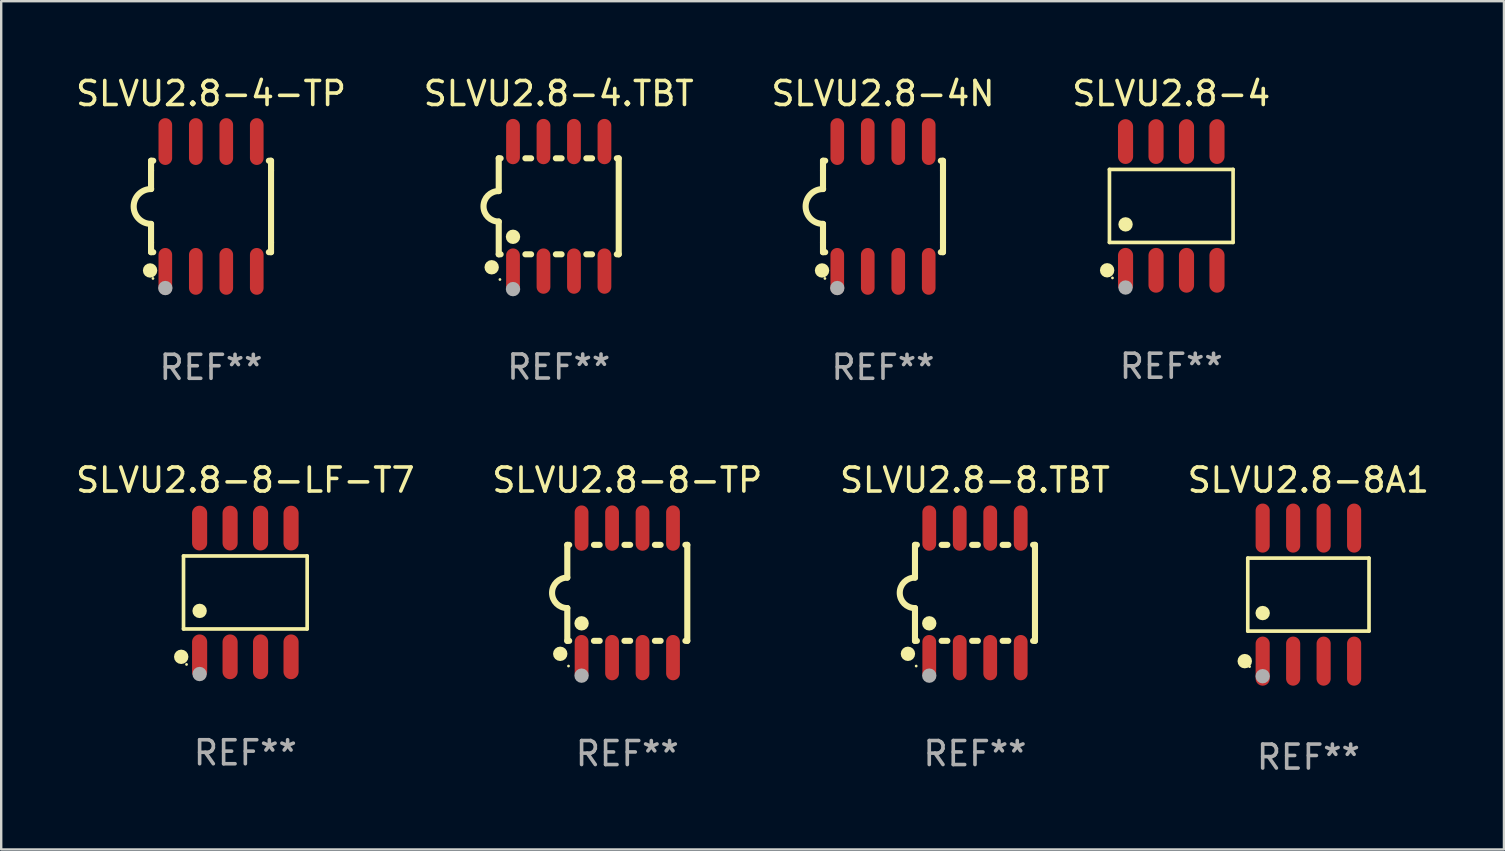
<source format=kicad_pcb>
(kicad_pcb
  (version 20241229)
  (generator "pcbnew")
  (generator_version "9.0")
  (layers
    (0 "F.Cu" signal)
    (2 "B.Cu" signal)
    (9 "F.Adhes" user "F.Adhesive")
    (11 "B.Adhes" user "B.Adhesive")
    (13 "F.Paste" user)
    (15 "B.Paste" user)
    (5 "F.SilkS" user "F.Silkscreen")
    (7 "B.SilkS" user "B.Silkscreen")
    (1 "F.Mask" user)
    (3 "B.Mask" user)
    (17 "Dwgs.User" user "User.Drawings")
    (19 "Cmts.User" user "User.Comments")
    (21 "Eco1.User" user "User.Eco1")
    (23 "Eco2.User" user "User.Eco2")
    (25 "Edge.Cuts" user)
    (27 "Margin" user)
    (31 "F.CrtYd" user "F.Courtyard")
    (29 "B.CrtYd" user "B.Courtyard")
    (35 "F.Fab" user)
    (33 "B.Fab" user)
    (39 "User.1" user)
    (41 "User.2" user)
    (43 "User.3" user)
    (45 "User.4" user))
  (footprint "SLVU2.8-8-LF-T7"
    (layer "F.Cu")
    (at 7.173 21.637)
    (property "Reference" "SLVU2.8-8-LF-T7" (at 0 -4.682 0) (layer "F.SilkS") (effects (font (size 1 1) (thickness 0.15))))
    (attr through_hole)
    (fp_line (start -2.576 -1.521) (end 2.576 -1.521) (stroke (width 0.152) (type solid)) (layer "F.SilkS"))
    (fp_line (start -2.576 1.521) (end -2.576 -1.521) (stroke (width 0.152) (type solid)) (layer "F.SilkS"))
    (fp_line (start 2.576 -1.521) (end 2.576 1.521) (stroke (width 0.152) (type solid)) (layer "F.SilkS"))
    (fp_line (start 2.576 1.521) (end -2.576 1.521) (stroke (width 0.152) (type solid)) (layer "F.SilkS"))
    (fp_circle (center -2.672 2.682) (end -2.522 2.682) (stroke (width 0.3) (type solid)) (fill no) (layer "F.SilkS"))
    (fp_circle (center -2.45 3) (end -2.42 3) (stroke (width 0.06) (type solid)) (fill no) (layer "F.SilkS"))
    (fp_circle (center -1.905 0.769) (end -1.755 0.769) (stroke (width 0.3) (type solid)) (fill no) (layer "F.SilkS"))
    (fp_circle (center -1.905 3.4) (end -1.755 3.4) (stroke (width 0.3) (type solid)) (fill no) (layer "F.Fab"))
    (fp_text user "REF**" (at 0 6.682 0) (layer "F.Fab") (effects (font (size 1 1) (thickness 0.15))))
    (pad "1" smd oval (at -1.905 2.682) (size 0.63 1.865) (layers "F.Cu" "F.Mask" "F.Paste"))
    (pad "2" smd oval (at -0.635 2.682) (size 0.63 1.865) (layers "F.Cu" "F.Mask" "F.Paste"))
    (pad "3" smd oval (at 0.635 2.682) (size 0.63 1.865) (layers "F.Cu" "F.Mask" "F.Paste"))
    (pad "4" smd oval (at 1.905 2.682) (size 0.63 1.865) (layers "F.Cu" "F.Mask" "F.Paste"))
    (pad "5" smd oval (at 1.905 -2.682) (size 0.63 1.865) (layers "F.Cu" "F.Mask" "F.Paste"))
    (pad "6" smd oval (at 0.635 -2.682) (size 0.63 1.865) (layers "F.Cu" "F.Mask" "F.Paste"))
    (pad "7" smd oval (at -0.635 -2.682) (size 0.63 1.865) (layers "F.Cu" "F.Mask" "F.Paste"))
    (pad "8" smd oval (at -1.905 -2.682) (size 0.63 1.865) (layers "F.Cu" "F.Mask" "F.Paste")))
  (footprint "SLVU2.8-4-TP"
    (layer "F.Cu")
    (at 5.744 5.553)
    (property "Reference" "SLVU2.8-4-TP" (at 0 -4.705 0) (layer "F.SilkS") (effects (font (size 1 1) (thickness 0.15))))
    (attr through_hole)
    (fp_line (start -2.5 -1.905) (end -2.409 -1.905) (stroke (width 0.254) (type solid)) (layer "F.SilkS"))
    (fp_line (start -2.5 -1.5) (end -2.5 -1.905) (stroke (width 0.254) (type solid)) (layer "F.SilkS"))
    (fp_line (start -2.5 -1.5) (end -2.5 -0.726) (stroke (width 0.254) (type solid)) (layer "F.SilkS"))
    (fp_line (start -2.5 1.5) (end -2.5 0.727) (stroke (width 0.254) (type solid)) (layer "F.SilkS"))
    (fp_line (start -2.5 1.5) (end -2.5 1.905) (stroke (width 0.254) (type solid)) (layer "F.SilkS"))
    (fp_line (start -2.5 1.905) (end -2.409 1.905) (stroke (width 0.254) (type solid)) (layer "F.SilkS"))
    (fp_line (start 2.5 -1.905) (end 2.409 -1.905) (stroke (width 0.254) (type solid)) (layer "F.SilkS"))
    (fp_line (start 2.5 -1.5) (end 2.5 -1.905) (stroke (width 0.254) (type solid)) (layer "F.SilkS"))
    (fp_line (start 2.5 -1.5) (end 2.5 1.5) (stroke (width 0.254) (type solid)) (layer "F.SilkS"))
    (fp_line (start 2.5 1.5) (end 2.5 1.905) (stroke (width 0.254) (type solid)) (layer "F.SilkS"))
    (fp_line (start 2.5 1.905) (end 2.409 1.905) (stroke (width 0.254) (type solid)) (layer "F.SilkS"))
    (fp_arc (start -2.5 0.726568) (mid -3.220316 -0.0023) (end -2.495097 -0.726289) (stroke (width 0.254001) (type solid)) (layer "F.SilkS"))
    (fp_circle (center -2.54 2.667) (end -2.39 2.667) (stroke (width 0.3) (type solid)) (fill no) (layer "F.SilkS"))
    (fp_circle (center -2.42 3) (end -2.39 3) (stroke (width 0.06) (type solid)) (fill no) (layer "F.SilkS"))
    (fp_circle (center -1.905 3.4) (end -1.755 3.4) (stroke (width 0.3) (type solid)) (fill no) (layer "F.Fab"))
    (fp_text user "REF**" (at 0 6.705 0) (layer "F.Fab") (effects (font (size 1 1) (thickness 0.15))))
    (pad "1" smd oval (at -1.905 2.705) (size 0.568 1.95) (layers "F.Cu" "F.Mask" "F.Paste"))
    (pad "2" smd oval (at -0.635 2.705) (size 0.568 1.95) (layers "F.Cu" "F.Mask" "F.Paste"))
    (pad "3" smd oval (at 0.635 2.705) (size 0.568 1.95) (layers "F.Cu" "F.Mask" "F.Paste"))
    (pad "4" smd oval (at 1.905 2.705) (size 0.568 1.95) (layers "F.Cu" "F.Mask" "F.Paste"))
    (pad "5" smd oval (at 1.905 -2.705) (size 0.568 1.95) (layers "F.Cu" "F.Mask" "F.Paste"))
    (pad "6" smd oval (at 0.635 -2.705) (size 0.568 1.95) (layers "F.Cu" "F.Mask" "F.Paste"))
    (pad "7" smd oval (at -0.635 -2.705) (size 0.568 1.95) (layers "F.Cu" "F.Mask" "F.Paste"))
    (pad "8" smd oval (at -1.905 -2.705) (size 0.568 1.95) (layers "F.Cu" "F.Mask" "F.Paste")))
  (footprint "SLVU2.8-8A1"
    (layer "F.Cu")
    (at 51.47 21.727)
    (property "Reference" "SLVU2.8-8A1" (at 0 -4.772 0) (layer "F.SilkS") (effects (font (size 1 1) (thickness 0.15))))
    (attr through_hole)
    (fp_line (start -2.526 -1.521) (end 2.526 -1.521) (stroke (width 0.152) (type solid)) (layer "F.SilkS"))
    (fp_line (start -2.526 1.521) (end -2.526 -1.521) (stroke (width 0.152) (type solid)) (layer "F.SilkS"))
    (fp_line (start 2.526 -1.521) (end 2.526 1.521) (stroke (width 0.152) (type solid)) (layer "F.SilkS"))
    (fp_line (start 2.526 1.521) (end -2.526 1.521) (stroke (width 0.152) (type solid)) (layer "F.SilkS"))
    (fp_circle (center -2.652 2.772) (end -2.501 2.772) (stroke (width 0.3) (type solid)) (fill no) (layer "F.SilkS"))
    (fp_circle (center -2.45 3) (end -2.42 3) (stroke (width 0.06) (type solid)) (fill no) (layer "F.SilkS"))
    (fp_circle (center -1.905 0.769) (end -1.755 0.769) (stroke (width 0.3) (type solid)) (fill no) (layer "F.SilkS"))
    (fp_circle (center -1.905 3.4) (end -1.755 3.4) (stroke (width 0.3) (type solid)) (fill no) (layer "F.Fab"))
    (fp_text user "REF**" (at 0 6.772 0) (layer "F.Fab") (effects (font (size 1 1) (thickness 0.15))))
    (pad "1" smd oval (at -1.905 2.772) (size 0.588 2.045) (layers "F.Cu" "F.Mask" "F.Paste"))
    (pad "2" smd oval (at -0.635 2.772) (size 0.588 2.045) (layers "F.Cu" "F.Mask" "F.Paste"))
    (pad "3" smd oval (at 0.635 2.772) (size 0.588 2.045) (layers "F.Cu" "F.Mask" "F.Paste"))
    (pad "4" smd oval (at 1.905 2.772) (size 0.588 2.045) (layers "F.Cu" "F.Mask" "F.Paste"))
    (pad "5" smd oval (at 1.905 -2.772) (size 0.588 2.045) (layers "F.Cu" "F.Mask" "F.Paste"))
    (pad "6" smd oval (at 0.635 -2.772) (size 0.588 2.045) (layers "F.Cu" "F.Mask" "F.Paste"))
    (pad "7" smd oval (at -0.635 -2.772) (size 0.588 2.045) (layers "F.Cu" "F.Mask" "F.Paste"))
    (pad "8" smd oval (at -1.905 -2.772) (size 0.588 2.045) (layers "F.Cu" "F.Mask" "F.Paste")))
  (footprint "SLVU2.8-4"
    (layer "F.Cu")
    (at 45.756 5.531)
    (property "Reference" "SLVU2.8-4" (at 0 -4.682 0) (layer "F.SilkS") (effects (font (size 1 1) (thickness 0.15))))
    (attr through_hole)
    (fp_line (start -2.576 -1.521) (end 2.576 -1.521) (stroke (width 0.152) (type solid)) (layer "F.SilkS"))
    (fp_line (start -2.576 1.521) (end -2.576 -1.521) (stroke (width 0.152) (type solid)) (layer "F.SilkS"))
    (fp_line (start 2.576 -1.521) (end 2.576 1.521) (stroke (width 0.152) (type solid)) (layer "F.SilkS"))
    (fp_line (start 2.576 1.521) (end -2.576 1.521) (stroke (width 0.152) (type solid)) (layer "F.SilkS"))
    (fp_circle (center -2.672 2.682) (end -2.522 2.682) (stroke (width 0.3) (type solid)) (fill no) (layer "F.SilkS"))
    (fp_circle (center -2.45 3) (end -2.42 3) (stroke (width 0.06) (type solid)) (fill no) (layer "F.SilkS"))
    (fp_circle (center -1.905 0.769) (end -1.755 0.769) (stroke (width 0.3) (type solid)) (fill no) (layer "F.SilkS"))
    (fp_circle (center -1.905 3.4) (end -1.755 3.4) (stroke (width 0.3) (type solid)) (fill no) (layer "F.Fab"))
    (fp_text user "REF**" (at 0 6.682 0) (layer "F.Fab") (effects (font (size 1 1) (thickness 0.15))))
    (pad "1" smd oval (at -1.905 2.682) (size 0.63 1.865) (layers "F.Cu" "F.Mask" "F.Paste"))
    (pad "2" smd oval (at -0.635 2.682) (size 0.63 1.865) (layers "F.Cu" "F.Mask" "F.Paste"))
    (pad "3" smd oval (at 0.635 2.682) (size 0.63 1.865) (layers "F.Cu" "F.Mask" "F.Paste"))
    (pad "4" smd oval (at 1.905 2.682) (size 0.63 1.865) (layers "F.Cu" "F.Mask" "F.Paste"))
    (pad "5" smd oval (at 1.905 -2.682) (size 0.63 1.865) (layers "F.Cu" "F.Mask" "F.Paste"))
    (pad "6" smd oval (at 0.635 -2.682) (size 0.63 1.865) (layers "F.Cu" "F.Mask" "F.Paste"))
    (pad "7" smd oval (at -0.635 -2.682) (size 0.63 1.865) (layers "F.Cu" "F.Mask" "F.Paste"))
    (pad "8" smd oval (at -1.905 -2.682) (size 0.63 1.865) (layers "F.Cu" "F.Mask" "F.Paste")))
  (footprint "SLVU2.8-4.TBT"
    (layer "F.Cu")
    (at 20.232 5.547)
    (property "Reference" "SLVU2.8-4.TBT" (at 0 -4.699 0) (layer "F.SilkS") (effects (font (size 1 1) (thickness 0.15))))
    (attr through_hole)
    (fp_line (start -2.5 -2) (end -2.5 -0.635) (stroke (width 0.254) (type solid)) (layer "F.SilkS"))
    (fp_line (start -2.5 -2) (end -2.421 -2) (stroke (width 0.254) (type solid)) (layer "F.SilkS"))
    (fp_line (start -2.5 2) (end -2.5 0.635) (stroke (width 0.254) (type solid)) (layer "F.SilkS"))
    (fp_line (start -2.5 2) (end -2.421 2) (stroke (width 0.254) (type solid)) (layer "F.SilkS"))
    (fp_line (start -1.389 -2) (end -1.151 -2) (stroke (width 0.254) (type solid)) (layer "F.SilkS"))
    (fp_line (start -1.389 2) (end -1.151 2) (stroke (width 0.254) (type solid)) (layer "F.SilkS"))
    (fp_line (start -0.119 -2) (end 0.119 -2) (stroke (width 0.254) (type solid)) (layer "F.SilkS"))
    (fp_line (start -0.119 2) (end 0.119 2) (stroke (width 0.254) (type solid)) (layer "F.SilkS"))
    (fp_line (start 1.151 -2) (end 1.389 -2) (stroke (width 0.254) (type solid)) (layer "F.SilkS"))
    (fp_line (start 1.151 2) (end 1.389 2) (stroke (width 0.254) (type solid)) (layer "F.SilkS"))
    (fp_line (start 2.421 -2) (end 2.5 -2) (stroke (width 0.254) (type solid)) (layer "F.SilkS"))
    (fp_line (start 2.421 2) (end 2.5 2) (stroke (width 0.254) (type solid)) (layer "F.SilkS"))
    (fp_line (start 2.5 -2) (end 2.5 2) (stroke (width 0.254) (type solid)) (layer "F.SilkS"))
    (fp_arc (start -2.5 0.635001) (mid -3.134366 -0.000318) (end -2.499365 -0.635001) (stroke (width 0.254001) (type solid)) (layer "F.SilkS"))
    (fp_circle (center -2.794 2.54) (end -2.644 2.54) (stroke (width 0.3) (type solid)) (fill no) (layer "F.SilkS"))
    (fp_circle (center -2.45 3.05) (end -2.42 3.05) (stroke (width 0.06) (type solid)) (fill no) (layer "F.SilkS"))
    (fp_circle (center -1.905 1.27) (end -1.755 1.27) (stroke (width 0.3) (type solid)) (fill no) (layer "F.SilkS"))
    (fp_circle (center -1.905 3.45) (end -1.755 3.45) (stroke (width 0.3) (type solid)) (fill no) (layer "F.Fab"))
    (fp_text user "REF**" (at 0 6.699 0) (layer "F.Fab") (effects (font (size 1 1) (thickness 0.15))))
    (pad "1" smd oval (at -1.905 2.699) (size 0.574 1.888) (layers "F.Cu" "F.Mask" "F.Paste"))
    (pad "2" smd oval (at -0.635 2.699) (size 0.574 1.888) (layers "F.Cu" "F.Mask" "F.Paste"))
    (pad "3" smd oval (at 0.635 2.699) (size 0.574 1.888) (layers "F.Cu" "F.Mask" "F.Paste"))
    (pad "4" smd oval (at 1.905 2.699) (size 0.574 1.888) (layers "F.Cu" "F.Mask" "F.Paste"))
    (pad "5" smd oval (at 1.905 -2.699) (size 0.574 1.888) (layers "F.Cu" "F.Mask" "F.Paste"))
    (pad "6" smd oval (at 0.635 -2.699) (size 0.574 1.888) (layers "F.Cu" "F.Mask" "F.Paste"))
    (pad "7" smd oval (at -0.635 -2.699) (size 0.574 1.888) (layers "F.Cu" "F.Mask" "F.Paste"))
    (pad "8" smd oval (at -1.905 -2.699) (size 0.574 1.888) (layers "F.Cu" "F.Mask" "F.Paste")))
  (footprint "SLVU2.8-8-TP"
    (layer "F.Cu")
    (at 23.089 21.654)
    (property "Reference" "SLVU2.8-8-TP" (at 0 -4.699 0) (layer "F.SilkS") (effects (font (size 1 1) (thickness 0.15))))
    (attr through_hole)
    (fp_line (start -2.5 -2) (end -2.5 -0.635) (stroke (width 0.254) (type solid)) (layer "F.SilkS"))
    (fp_line (start -2.5 -2) (end -2.421 -2) (stroke (width 0.254) (type solid)) (layer "F.SilkS"))
    (fp_line (start -2.5 2) (end -2.5 0.635) (stroke (width 0.254) (type solid)) (layer "F.SilkS"))
    (fp_line (start -2.5 2) (end -2.421 2) (stroke (width 0.254) (type solid)) (layer "F.SilkS"))
    (fp_line (start -1.389 -2) (end -1.151 -2) (stroke (width 0.254) (type solid)) (layer "F.SilkS"))
    (fp_line (start -1.389 2) (end -1.151 2) (stroke (width 0.254) (type solid)) (layer "F.SilkS"))
    (fp_line (start -0.119 -2) (end 0.119 -2) (stroke (width 0.254) (type solid)) (layer "F.SilkS"))
    (fp_line (start -0.119 2) (end 0.119 2) (stroke (width 0.254) (type solid)) (layer "F.SilkS"))
    (fp_line (start 1.151 -2) (end 1.389 -2) (stroke (width 0.254) (type solid)) (layer "F.SilkS"))
    (fp_line (start 1.151 2) (end 1.389 2) (stroke (width 0.254) (type solid)) (layer "F.SilkS"))
    (fp_line (start 2.421 -2) (end 2.5 -2) (stroke (width 0.254) (type solid)) (layer "F.SilkS"))
    (fp_line (start 2.421 2) (end 2.5 2) (stroke (width 0.254) (type solid)) (layer "F.SilkS"))
    (fp_line (start 2.5 -2) (end 2.5 2) (stroke (width 0.254) (type solid)) (layer "F.SilkS"))
    (fp_arc (start -2.5 0.635001) (mid -3.134366 -0.000318) (end -2.499365 -0.635001) (stroke (width 0.254001) (type solid)) (layer "F.SilkS"))
    (fp_circle (center -2.794 2.54) (end -2.644 2.54) (stroke (width 0.3) (type solid)) (fill no) (layer "F.SilkS"))
    (fp_circle (center -2.45 3.05) (end -2.42 3.05) (stroke (width 0.06) (type solid)) (fill no) (layer "F.SilkS"))
    (fp_circle (center -1.905 1.27) (end -1.755 1.27) (stroke (width 0.3) (type solid)) (fill no) (layer "F.SilkS"))
    (fp_circle (center -1.905 3.45) (end -1.755 3.45) (stroke (width 0.3) (type solid)) (fill no) (layer "F.Fab"))
    (fp_text user "REF**" (at 0 6.699 0) (layer "F.Fab") (effects (font (size 1 1) (thickness 0.15))))
    (pad "1" smd oval (at -1.905 2.699) (size 0.574 1.888) (layers "F.Cu" "F.Mask" "F.Paste"))
    (pad "2" smd oval (at -0.635 2.699) (size 0.574 1.888) (layers "F.Cu" "F.Mask" "F.Paste"))
    (pad "3" smd oval (at 0.635 2.699) (size 0.574 1.888) (layers "F.Cu" "F.Mask" "F.Paste"))
    (pad "4" smd oval (at 1.905 2.699) (size 0.574 1.888) (layers "F.Cu" "F.Mask" "F.Paste"))
    (pad "5" smd oval (at 1.905 -2.699) (size 0.574 1.888) (layers "F.Cu" "F.Mask" "F.Paste"))
    (pad "6" smd oval (at 0.635 -2.699) (size 0.574 1.888) (layers "F.Cu" "F.Mask" "F.Paste"))
    (pad "7" smd oval (at -0.635 -2.699) (size 0.574 1.888) (layers "F.Cu" "F.Mask" "F.Paste"))
    (pad "8" smd oval (at -1.905 -2.699) (size 0.574 1.888) (layers "F.Cu" "F.Mask" "F.Paste")))
  (footprint "SLVU2.8-8.TBT"
    (layer "F.Cu")
    (at 37.577 21.654)
    (property "Reference" "SLVU2.8-8.TBT" (at 0 -4.699 0) (layer "F.SilkS") (effects (font (size 1 1) (thickness 0.15))))
    (attr through_hole)
    (fp_line (start -2.5 -2) (end -2.5 -0.635) (stroke (width 0.254) (type solid)) (layer "F.SilkS"))
    (fp_line (start -2.5 -2) (end -2.421 -2) (stroke (width 0.254) (type solid)) (layer "F.SilkS"))
    (fp_line (start -2.5 2) (end -2.5 0.635) (stroke (width 0.254) (type solid)) (layer "F.SilkS"))
    (fp_line (start -2.5 2) (end -2.421 2) (stroke (width 0.254) (type solid)) (layer "F.SilkS"))
    (fp_line (start -1.389 -2) (end -1.151 -2) (stroke (width 0.254) (type solid)) (layer "F.SilkS"))
    (fp_line (start -1.389 2) (end -1.151 2) (stroke (width 0.254) (type solid)) (layer "F.SilkS"))
    (fp_line (start -0.119 -2) (end 0.119 -2) (stroke (width 0.254) (type solid)) (layer "F.SilkS"))
    (fp_line (start -0.119 2) (end 0.119 2) (stroke (width 0.254) (type solid)) (layer "F.SilkS"))
    (fp_line (start 1.151 -2) (end 1.389 -2) (stroke (width 0.254) (type solid)) (layer "F.SilkS"))
    (fp_line (start 1.151 2) (end 1.389 2) (stroke (width 0.254) (type solid)) (layer "F.SilkS"))
    (fp_line (start 2.421 -2) (end 2.5 -2) (stroke (width 0.254) (type solid)) (layer "F.SilkS"))
    (fp_line (start 2.421 2) (end 2.5 2) (stroke (width 0.254) (type solid)) (layer "F.SilkS"))
    (fp_line (start 2.5 -2) (end 2.5 2) (stroke (width 0.254) (type solid)) (layer "F.SilkS"))
    (fp_arc (start -2.5 0.635001) (mid -3.134366 -0.000318) (end -2.499365 -0.635001) (stroke (width 0.254001) (type solid)) (layer "F.SilkS"))
    (fp_circle (center -2.794 2.54) (end -2.644 2.54) (stroke (width 0.3) (type solid)) (fill no) (layer "F.SilkS"))
    (fp_circle (center -2.45 3.05) (end -2.42 3.05) (stroke (width 0.06) (type solid)) (fill no) (layer "F.SilkS"))
    (fp_circle (center -1.905 1.27) (end -1.755 1.27) (stroke (width 0.3) (type solid)) (fill no) (layer "F.SilkS"))
    (fp_circle (center -1.905 3.45) (end -1.755 3.45) (stroke (width 0.3) (type solid)) (fill no) (layer "F.Fab"))
    (fp_text user "REF**" (at 0 6.699 0) (layer "F.Fab") (effects (font (size 1 1) (thickness 0.15))))
    (pad "1" smd oval (at -1.905 2.699) (size 0.574 1.888) (layers "F.Cu" "F.Mask" "F.Paste"))
    (pad "2" smd oval (at -0.635 2.699) (size 0.574 1.888) (layers "F.Cu" "F.Mask" "F.Paste"))
    (pad "3" smd oval (at 0.635 2.699) (size 0.574 1.888) (layers "F.Cu" "F.Mask" "F.Paste"))
    (pad "4" smd oval (at 1.905 2.699) (size 0.574 1.888) (layers "F.Cu" "F.Mask" "F.Paste"))
    (pad "5" smd oval (at 1.905 -2.699) (size 0.574 1.888) (layers "F.Cu" "F.Mask" "F.Paste"))
    (pad "6" smd oval (at 0.635 -2.699) (size 0.574 1.888) (layers "F.Cu" "F.Mask" "F.Paste"))
    (pad "7" smd oval (at -0.635 -2.699) (size 0.574 1.888) (layers "F.Cu" "F.Mask" "F.Paste"))
    (pad "8" smd oval (at -1.905 -2.699) (size 0.574 1.888) (layers "F.Cu" "F.Mask" "F.Paste")))
  (footprint "SLVU2.8-4N"
    (layer "F.Cu")
    (at 33.744 5.553)
    (property "Reference" "SLVU2.8-4N" (at 0 -4.705 0) (layer "F.SilkS") (effects (font (size 1 1) (thickness 0.15))))
    (attr through_hole)
    (fp_line (start -2.5 -1.905) (end -2.409 -1.905) (stroke (width 0.254) (type solid)) (layer "F.SilkS"))
    (fp_line (start -2.5 -1.5) (end -2.5 -1.905) (stroke (width 0.254) (type solid)) (layer "F.SilkS"))
    (fp_line (start -2.5 -1.5) (end -2.5 -0.726) (stroke (width 0.254) (type solid)) (layer "F.SilkS"))
    (fp_line (start -2.5 1.5) (end -2.5 0.727) (stroke (width 0.254) (type solid)) (layer "F.SilkS"))
    (fp_line (start -2.5 1.5) (end -2.5 1.905) (stroke (width 0.254) (type solid)) (layer "F.SilkS"))
    (fp_line (start -2.5 1.905) (end -2.409 1.905) (stroke (width 0.254) (type solid)) (layer "F.SilkS"))
    (fp_line (start 2.5 -1.905) (end 2.409 -1.905) (stroke (width 0.254) (type solid)) (layer "F.SilkS"))
    (fp_line (start 2.5 -1.5) (end 2.5 -1.905) (stroke (width 0.254) (type solid)) (layer "F.SilkS"))
    (fp_line (start 2.5 -1.5) (end 2.5 1.5) (stroke (width 0.254) (type solid)) (layer "F.SilkS"))
    (fp_line (start 2.5 1.5) (end 2.5 1.905) (stroke (width 0.254) (type solid)) (layer "F.SilkS"))
    (fp_line (start 2.5 1.905) (end 2.409 1.905) (stroke (width 0.254) (type solid)) (layer "F.SilkS"))
    (fp_arc (start -2.5 0.726568) (mid -3.220316 -0.0023) (end -2.495097 -0.726289) (stroke (width 0.254001) (type solid)) (layer "F.SilkS"))
    (fp_circle (center -2.54 2.667) (end -2.39 2.667) (stroke (width 0.3) (type solid)) (fill no) (layer "F.SilkS"))
    (fp_circle (center -2.42 3) (end -2.39 3) (stroke (width 0.06) (type solid)) (fill no) (layer "F.SilkS"))
    (fp_circle (center -1.905 3.4) (end -1.755 3.4) (stroke (width 0.3) (type solid)) (fill no) (layer "F.Fab"))
    (fp_text user "REF**" (at 0 6.705 0) (layer "F.Fab") (effects (font (size 1 1) (thickness 0.15))))
    (pad "1" smd oval (at -1.905 2.705) (size 0.568 1.95) (layers "F.Cu" "F.Mask" "F.Paste"))
    (pad "2" smd oval (at -0.635 2.705) (size 0.568 1.95) (layers "F.Cu" "F.Mask" "F.Paste"))
    (pad "3" smd oval (at 0.635 2.705) (size 0.568 1.95) (layers "F.Cu" "F.Mask" "F.Paste"))
    (pad "4" smd oval (at 1.905 2.705) (size 0.568 1.95) (layers "F.Cu" "F.Mask" "F.Paste"))
    (pad "5" smd oval (at 1.905 -2.705) (size 0.568 1.95) (layers "F.Cu" "F.Mask" "F.Paste"))
    (pad "6" smd oval (at 0.635 -2.705) (size 0.568 1.95) (layers "F.Cu" "F.Mask" "F.Paste"))
    (pad "7" smd oval (at -0.635 -2.705) (size 0.568 1.95) (layers "F.Cu" "F.Mask" "F.Paste"))
    (pad "8" smd oval (at -1.905 -2.705) (size 0.568 1.95) (layers "F.Cu" "F.Mask" "F.Paste")))
  (gr_rect
    (start -3 -3)
    (end 59.619 32.348)
    (stroke (width 0.1) (type default))
    (fill no)
    (layer "Edge.Cuts")))
</source>
